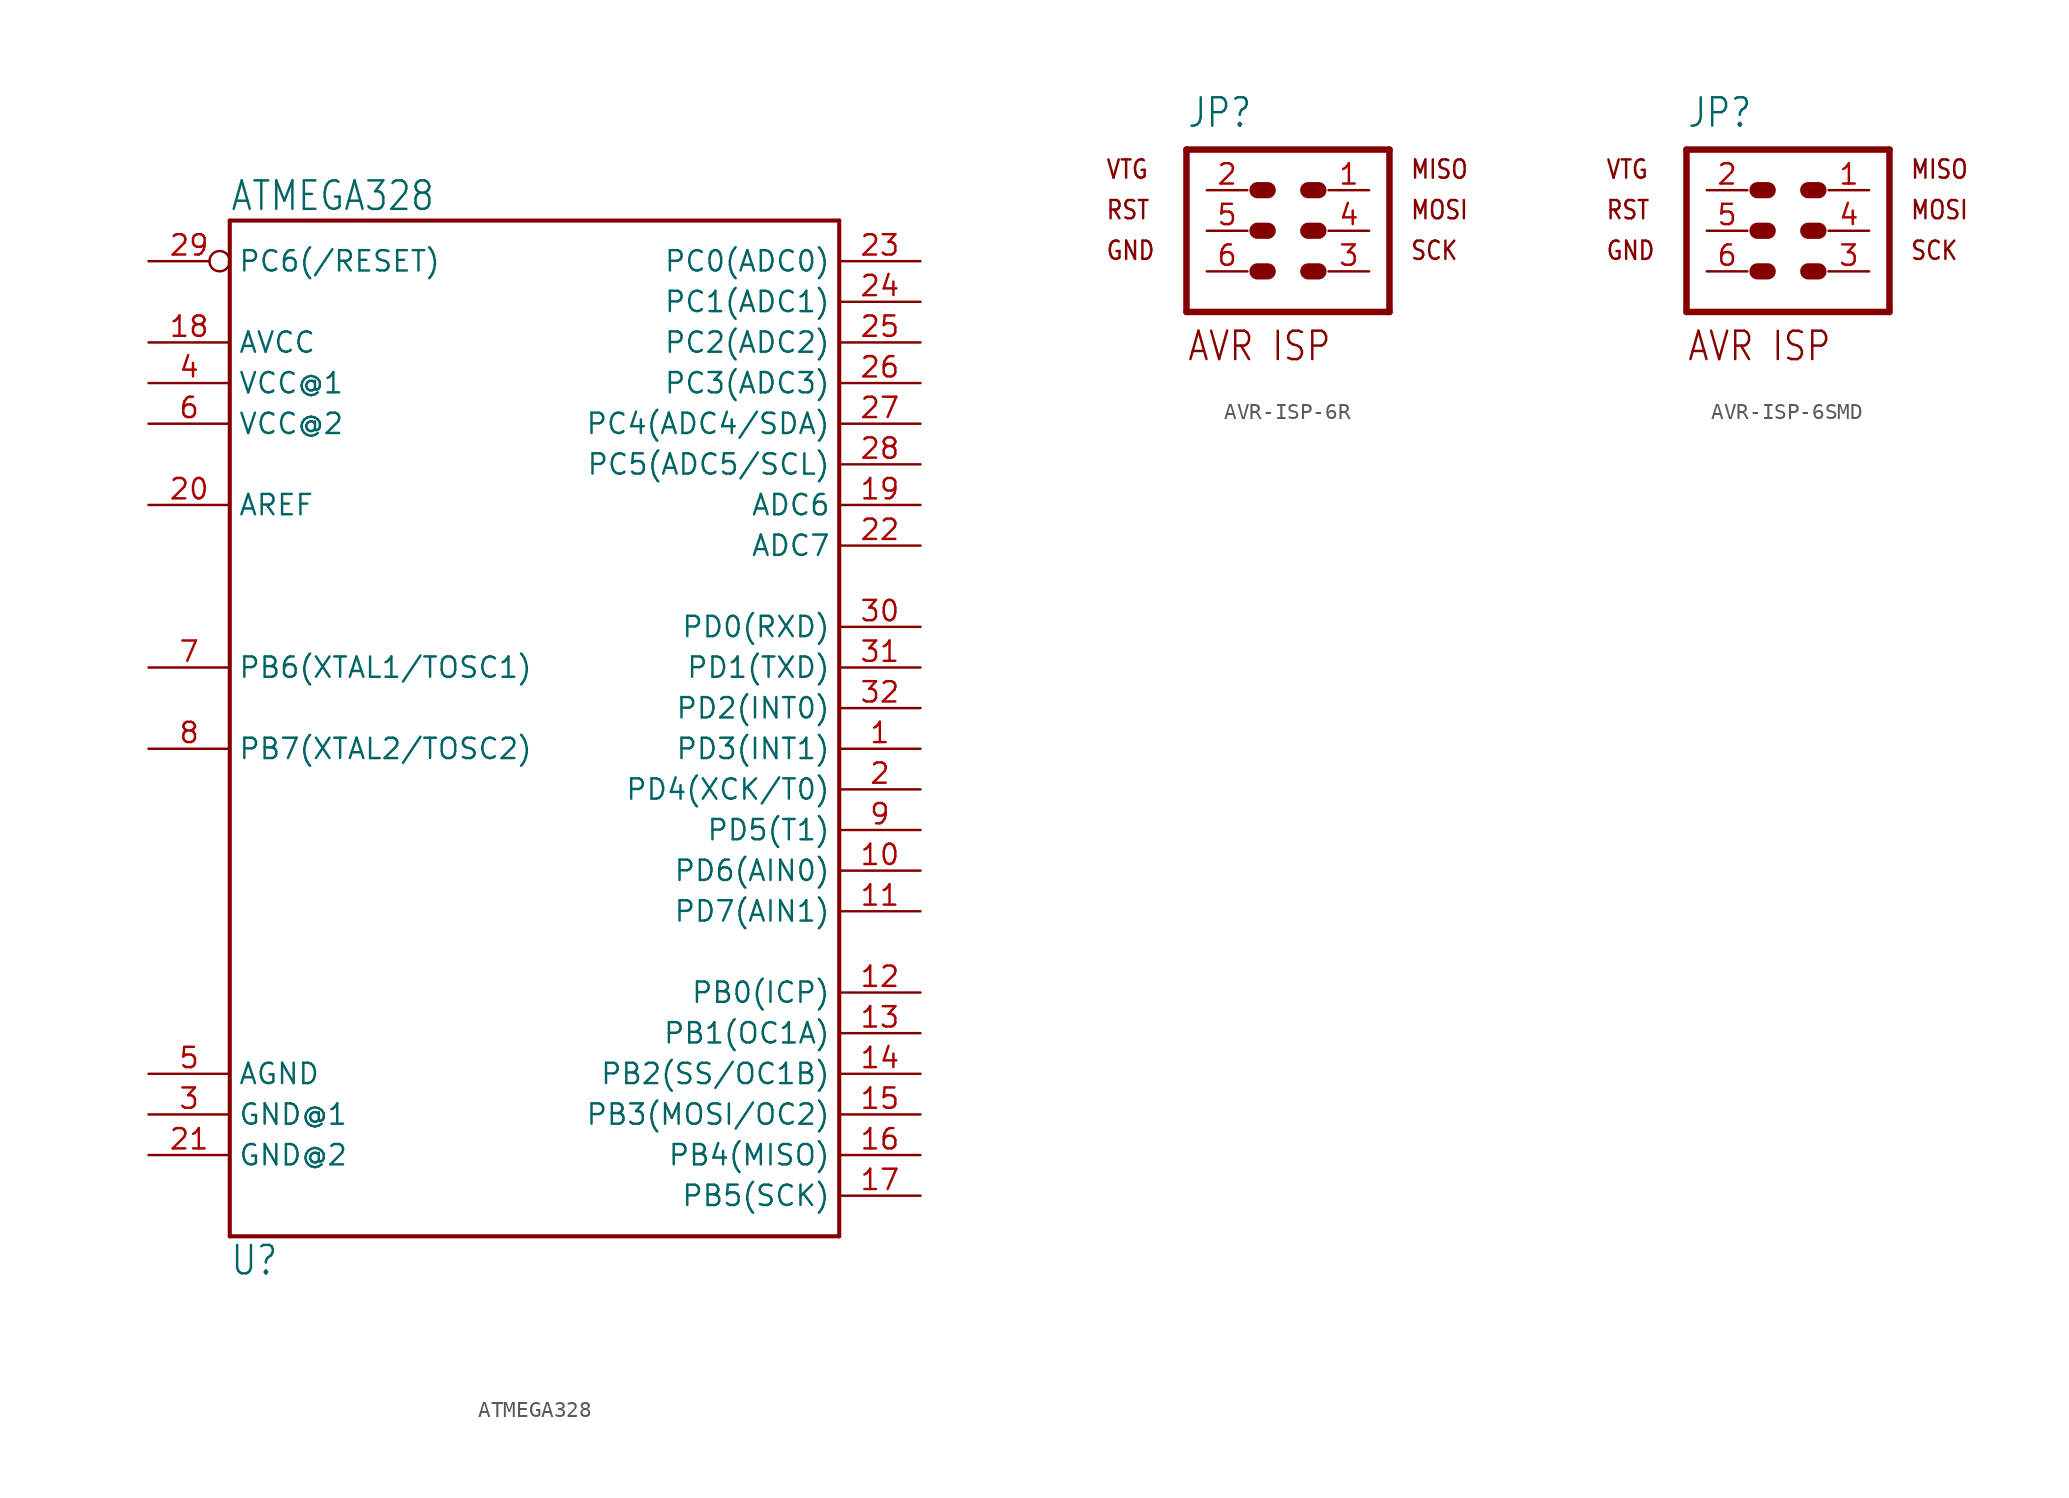
<source format=kicad_sym>
(kicad_symbol_lib
  (version 20211014)
  (generator kicad_symbol_editor)
  (symbol "ATMEGA328"
    (property "Reference" "U"
      (at -17.78 -38.1 0)
      (effects (font (size 1.778 1.511)) (justify left bottom)))
    (property "Value" "ATMEGA328"
      (at -17.78 28.448 0)
      (effects (font (size 1.778 1.511)) (justify left bottom)))
    (property "ki_locked" ""
      (at 0 0 0)
      (effects (font (size 1.27 1.27))))
    (symbol "ATMEGA328_1_0"
      (polyline (pts (xy -17.78 -35.56) (xy -17.78 27.94)) (stroke (width 0.254) (type default) (color 0 0 0 0)) (fill (type none)))
      (polyline (pts (xy -17.78 27.94) (xy 20.32 27.94)) (stroke (width 0.254) (type default) (color 0 0 0 0)) (fill (type none)))
      (polyline (pts (xy 20.32 -35.56) (xy -17.78 -35.56)) (stroke (width 0.254) (type default) (color 0 0 0 0)) (fill (type none)))
      (polyline (pts (xy 20.32 27.94) (xy 20.32 -35.56)) (stroke (width 0.254) (type default) (color 0 0 0 0)) (fill (type none)))
      (pin bidirectional line (at 25.4 -5.08 180) (length 5.08) (name "PD3(INT1)" (effects (font (size 1.27 1.27)))) (number "1" (effects (font (size 1.27 1.27)))))
      (pin bidirectional line (at 25.4 -12.7 180) (length 5.08) (name "PD6(AIN0)" (effects (font (size 1.27 1.27)))) (number "10" (effects (font (size 1.27 1.27)))))
      (pin bidirectional line (at 25.4 -15.24 180) (length 5.08) (name "PD7(AIN1)" (effects (font (size 1.27 1.27)))) (number "11" (effects (font (size 1.27 1.27)))))
      (pin bidirectional line (at 25.4 -20.32 180) (length 5.08) (name "PB0(ICP)" (effects (font (size 1.27 1.27)))) (number "12" (effects (font (size 1.27 1.27)))))
      (pin bidirectional line (at 25.4 -22.86 180) (length 5.08) (name "PB1(OC1A)" (effects (font (size 1.27 1.27)))) (number "13" (effects (font (size 1.27 1.27)))))
      (pin bidirectional line (at 25.4 -25.4 180) (length 5.08) (name "PB2(SS/OC1B)" (effects (font (size 1.27 1.27)))) (number "14" (effects (font (size 1.27 1.27)))))
      (pin bidirectional line (at 25.4 -27.94 180) (length 5.08) (name "PB3(MOSI/OC2)" (effects (font (size 1.27 1.27)))) (number "15" (effects (font (size 1.27 1.27)))))
      (pin bidirectional line (at 25.4 -30.48 180) (length 5.08) (name "PB4(MISO)" (effects (font (size 1.27 1.27)))) (number "16" (effects (font (size 1.27 1.27)))))
      (pin bidirectional line (at 25.4 -33.02 180) (length 5.08) (name "PB5(SCK)" (effects (font (size 1.27 1.27)))) (number "17" (effects (font (size 1.27 1.27)))))
      (pin bidirectional line (at -22.86 20.32 0) (length 5.08) (name "AVCC" (effects (font (size 1.27 1.27)))) (number "18" (effects (font (size 1.27 1.27)))))
      (pin bidirectional line (at 25.4 10.16 180) (length 5.08) (name "ADC6" (effects (font (size 1.27 1.27)))) (number "19" (effects (font (size 1.27 1.27)))))
      (pin bidirectional line (at 25.4 -7.62 180) (length 5.08) (name "PD4(XCK/T0)" (effects (font (size 1.27 1.27)))) (number "2" (effects (font (size 1.27 1.27)))))
      (pin bidirectional line (at -22.86 10.16 0) (length 5.08) (name "AREF" (effects (font (size 1.27 1.27)))) (number "20" (effects (font (size 1.27 1.27)))))
      (pin bidirectional line (at -22.86 -30.48 0) (length 5.08) (name "GND@2" (effects (font (size 1.27 1.27)))) (number "21" (effects (font (size 1.27 1.27)))))
      (pin bidirectional line (at 25.4 7.62 180) (length 5.08) (name "ADC7" (effects (font (size 1.27 1.27)))) (number "22" (effects (font (size 1.27 1.27)))))
      (pin bidirectional line (at 25.4 25.4 180) (length 5.08) (name "PC0(ADC0)" (effects (font (size 1.27 1.27)))) (number "23" (effects (font (size 1.27 1.27)))))
      (pin bidirectional line (at 25.4 22.86 180) (length 5.08) (name "PC1(ADC1)" (effects (font (size 1.27 1.27)))) (number "24" (effects (font (size 1.27 1.27)))))
      (pin bidirectional line (at 25.4 20.32 180) (length 5.08) (name "PC2(ADC2)" (effects (font (size 1.27 1.27)))) (number "25" (effects (font (size 1.27 1.27)))))
      (pin bidirectional line (at 25.4 17.78 180) (length 5.08) (name "PC3(ADC3)" (effects (font (size 1.27 1.27)))) (number "26" (effects (font (size 1.27 1.27)))))
      (pin bidirectional line (at 25.4 15.24 180) (length 5.08) (name "PC4(ADC4/SDA)" (effects (font (size 1.27 1.27)))) (number "27" (effects (font (size 1.27 1.27)))))
      (pin bidirectional line (at 25.4 12.7 180) (length 5.08) (name "PC5(ADC5/SCL)" (effects (font (size 1.27 1.27)))) (number "28" (effects (font (size 1.27 1.27)))))
      (pin bidirectional inverted (at -22.86 25.4 0) (length 5.08) (name "PC6(/RESET)" (effects (font (size 1.27 1.27)))) (number "29" (effects (font (size 1.27 1.27)))))
      (pin bidirectional line (at -22.86 -27.94 0) (length 5.08) (name "GND@1" (effects (font (size 1.27 1.27)))) (number "3" (effects (font (size 1.27 1.27)))))
      (pin bidirectional line (at 25.4 2.54 180) (length 5.08) (name "PD0(RXD)" (effects (font (size 1.27 1.27)))) (number "30" (effects (font (size 1.27 1.27)))))
      (pin bidirectional line (at 25.4 0 180) (length 5.08) (name "PD1(TXD)" (effects (font (size 1.27 1.27)))) (number "31" (effects (font (size 1.27 1.27)))))
      (pin bidirectional line (at 25.4 -2.54 180) (length 5.08) (name "PD2(INT0)" (effects (font (size 1.27 1.27)))) (number "32" (effects (font (size 1.27 1.27)))))
      (pin bidirectional line (at -22.86 17.78 0) (length 5.08) (name "VCC@1" (effects (font (size 1.27 1.27)))) (number "4" (effects (font (size 1.27 1.27)))))
      (pin bidirectional line (at -22.86 -25.4 0) (length 5.08) (name "AGND" (effects (font (size 1.27 1.27)))) (number "5" (effects (font (size 1.27 1.27)))))
      (pin bidirectional line (at -22.86 15.24 0) (length 5.08) (name "VCC@2" (effects (font (size 1.27 1.27)))) (number "6" (effects (font (size 1.27 1.27)))))
      (pin bidirectional line (at -22.86 0 0) (length 5.08) (name "PB6(XTAL1/TOSC1)" (effects (font (size 1.27 1.27)))) (number "7" (effects (font (size 1.27 1.27)))))
      (pin bidirectional line (at -22.86 -5.08 0) (length 5.08) (name "PB7(XTAL2/TOSC2)" (effects (font (size 1.27 1.27)))) (number "8" (effects (font (size 1.27 1.27)))))
      (pin bidirectional line (at 25.4 -10.16 180) (length 5.08) (name "PD5(T1)" (effects (font (size 1.27 1.27)))) (number "9" (effects (font (size 1.27 1.27)))))))
  (symbol "AVR-ISP-6R"
    (property "Reference" "JP"
      (at -6.35 6.35 0)
      (effects (font (size 1.778 1.511)) (justify left bottom)))
    (property "ki_locked" ""
      (at 0 0 0)
      (effects (font (size 1.27 1.27))))
    (symbol "AVR-ISP-6R_1_0"
      (polyline (pts (xy -6.35 -5.08) (xy 6.35 -5.08)) (stroke (width 0.406) (type default) (color 0 0 0 0)) (fill (type none)))
      (polyline (pts (xy -6.35 5.08) (xy -6.35 -5.08)) (stroke (width 0.406) (type default) (color 0 0 0 0)) (fill (type none)))
      (polyline (pts (xy -1.905 -2.54) (xy -1.27 -2.54)) (stroke (width 1.016) (type default) (color 0 0 0 0)) (fill (type none)))
      (polyline (pts (xy -1.905 0) (xy -1.27 0)) (stroke (width 1.016) (type default) (color 0 0 0 0)) (fill (type none)))
      (polyline (pts (xy -1.905 2.54) (xy -1.27 2.54)) (stroke (width 1.016) (type default) (color 0 0 0 0)) (fill (type none)))
      (polyline (pts (xy 1.27 -2.54) (xy 1.905 -2.54)) (stroke (width 1.016) (type default) (color 0 0 0 0)) (fill (type none)))
      (polyline (pts (xy 1.27 0) (xy 1.905 0)) (stroke (width 1.016) (type default) (color 0 0 0 0)) (fill (type none)))
      (polyline (pts (xy 1.27 2.54) (xy 1.905 2.54)) (stroke (width 1.016) (type default) (color 0 0 0 0)) (fill (type none)))
      (polyline (pts (xy 6.35 -5.08) (xy 6.35 5.08)) (stroke (width 0.406) (type default) (color 0 0 0 0)) (fill (type none)))
      (polyline (pts (xy 6.35 5.08) (xy -6.35 5.08)) (stroke (width 0.406) (type default) (color 0 0 0 0)) (fill (type none)))
      (text "AVR ISP" (at -6.35 -8.255 0) (effects (font (size 1.778 1.511)) (justify left bottom)))
      (text "GND" (at -11.43 -1.905 0) (effects (font (size 1.143 0.972)) (justify left bottom)))
      (text "MISO" (at 7.62 3.175 0) (effects (font (size 1.143 0.972)) (justify left bottom)))
      (text "MOSI" (at 7.62 0.635 0) (effects (font (size 1.143 0.972)) (justify left bottom)))
      (text "RST" (at -11.43 0.635 0) (effects (font (size 1.143 0.972)) (justify left bottom)))
      (text "SCK" (at 7.62 -1.905 0) (effects (font (size 1.143 0.972)) (justify left bottom)))
      (text "VTG" (at -11.43 3.175 0) (effects (font (size 1.143 0.972)) (justify left bottom)))
      (pin passive line (at 5.08 2.54 180) (length 2.54) (name "1" (effects (font (size 0 0)))) (number "1" (effects (font (size 1.27 1.27)))))
      (pin passive line (at -5.08 2.54 0) (length 2.54) (name "2" (effects (font (size 0 0)))) (number "2" (effects (font (size 1.27 1.27)))))
      (pin passive line (at 5.08 -2.54 180) (length 2.54) (name "3" (effects (font (size 0 0)))) (number "3" (effects (font (size 1.27 1.27)))))
      (pin passive line (at 5.08 0 180) (length 2.54) (name "4" (effects (font (size 0 0)))) (number "4" (effects (font (size 1.27 1.27)))))
      (pin passive line (at -5.08 0 0) (length 2.54) (name "5" (effects (font (size 0 0)))) (number "5" (effects (font (size 1.27 1.27)))))
      (pin passive line (at -5.08 -2.54 0) (length 2.54) (name "6" (effects (font (size 0 0)))) (number "6" (effects (font (size 1.27 1.27)))))))
  (symbol "AVR-ISP-6SMD"
    (property "Reference" "JP"
      (at -6.35 6.35 0)
      (effects (font (size 1.778 1.511)) (justify left bottom)))
    (property "ki_locked" ""
      (at 0 0 0)
      (effects (font (size 1.27 1.27))))
    (symbol "AVR-ISP-6SMD_1_0"
      (polyline (pts (xy -6.35 -5.08) (xy 6.35 -5.08)) (stroke (width 0.406) (type default) (color 0 0 0 0)) (fill (type none)))
      (polyline (pts (xy -6.35 5.08) (xy -6.35 -5.08)) (stroke (width 0.406) (type default) (color 0 0 0 0)) (fill (type none)))
      (polyline (pts (xy -1.905 -2.54) (xy -1.27 -2.54)) (stroke (width 1.016) (type default) (color 0 0 0 0)) (fill (type none)))
      (polyline (pts (xy -1.905 0) (xy -1.27 0)) (stroke (width 1.016) (type default) (color 0 0 0 0)) (fill (type none)))
      (polyline (pts (xy -1.905 2.54) (xy -1.27 2.54)) (stroke (width 1.016) (type default) (color 0 0 0 0)) (fill (type none)))
      (polyline (pts (xy 1.27 -2.54) (xy 1.905 -2.54)) (stroke (width 1.016) (type default) (color 0 0 0 0)) (fill (type none)))
      (polyline (pts (xy 1.27 0) (xy 1.905 0)) (stroke (width 1.016) (type default) (color 0 0 0 0)) (fill (type none)))
      (polyline (pts (xy 1.27 2.54) (xy 1.905 2.54)) (stroke (width 1.016) (type default) (color 0 0 0 0)) (fill (type none)))
      (polyline (pts (xy 6.35 -5.08) (xy 6.35 5.08)) (stroke (width 0.406) (type default) (color 0 0 0 0)) (fill (type none)))
      (polyline (pts (xy 6.35 5.08) (xy -6.35 5.08)) (stroke (width 0.406) (type default) (color 0 0 0 0)) (fill (type none)))
      (text "AVR ISP" (at -6.35 -8.255 0) (effects (font (size 1.778 1.511)) (justify left bottom)))
      (text "GND" (at -11.43 -1.905 0) (effects (font (size 1.143 0.972)) (justify left bottom)))
      (text "MISO" (at 7.62 3.175 0) (effects (font (size 1.143 0.972)) (justify left bottom)))
      (text "MOSI" (at 7.62 0.635 0) (effects (font (size 1.143 0.972)) (justify left bottom)))
      (text "RST" (at -11.43 0.635 0) (effects (font (size 1.143 0.972)) (justify left bottom)))
      (text "SCK" (at 7.62 -1.905 0) (effects (font (size 1.143 0.972)) (justify left bottom)))
      (text "VTG" (at -11.43 3.175 0) (effects (font (size 1.143 0.972)) (justify left bottom)))
      (pin passive line (at 5.08 2.54 180) (length 2.54) (name "1" (effects (font (size 0 0)))) (number "1" (effects (font (size 1.27 1.27)))))
      (pin passive line (at -5.08 2.54 0) (length 2.54) (name "2" (effects (font (size 0 0)))) (number "2" (effects (font (size 1.27 1.27)))))
      (pin passive line (at 5.08 -2.54 180) (length 2.54) (name "3" (effects (font (size 0 0)))) (number "3" (effects (font (size 1.27 1.27)))))
      (pin passive line (at 5.08 0 180) (length 2.54) (name "4" (effects (font (size 0 0)))) (number "4" (effects (font (size 1.27 1.27)))))
      (pin passive line (at -5.08 0 0) (length 2.54) (name "5" (effects (font (size 0 0)))) (number "5" (effects (font (size 1.27 1.27)))))
      (pin passive line (at -5.08 -2.54 0) (length 2.54) (name "6" (effects (font (size 0 0)))) (number "6" (effects (font (size 1.27 1.27))))))))
</source>
